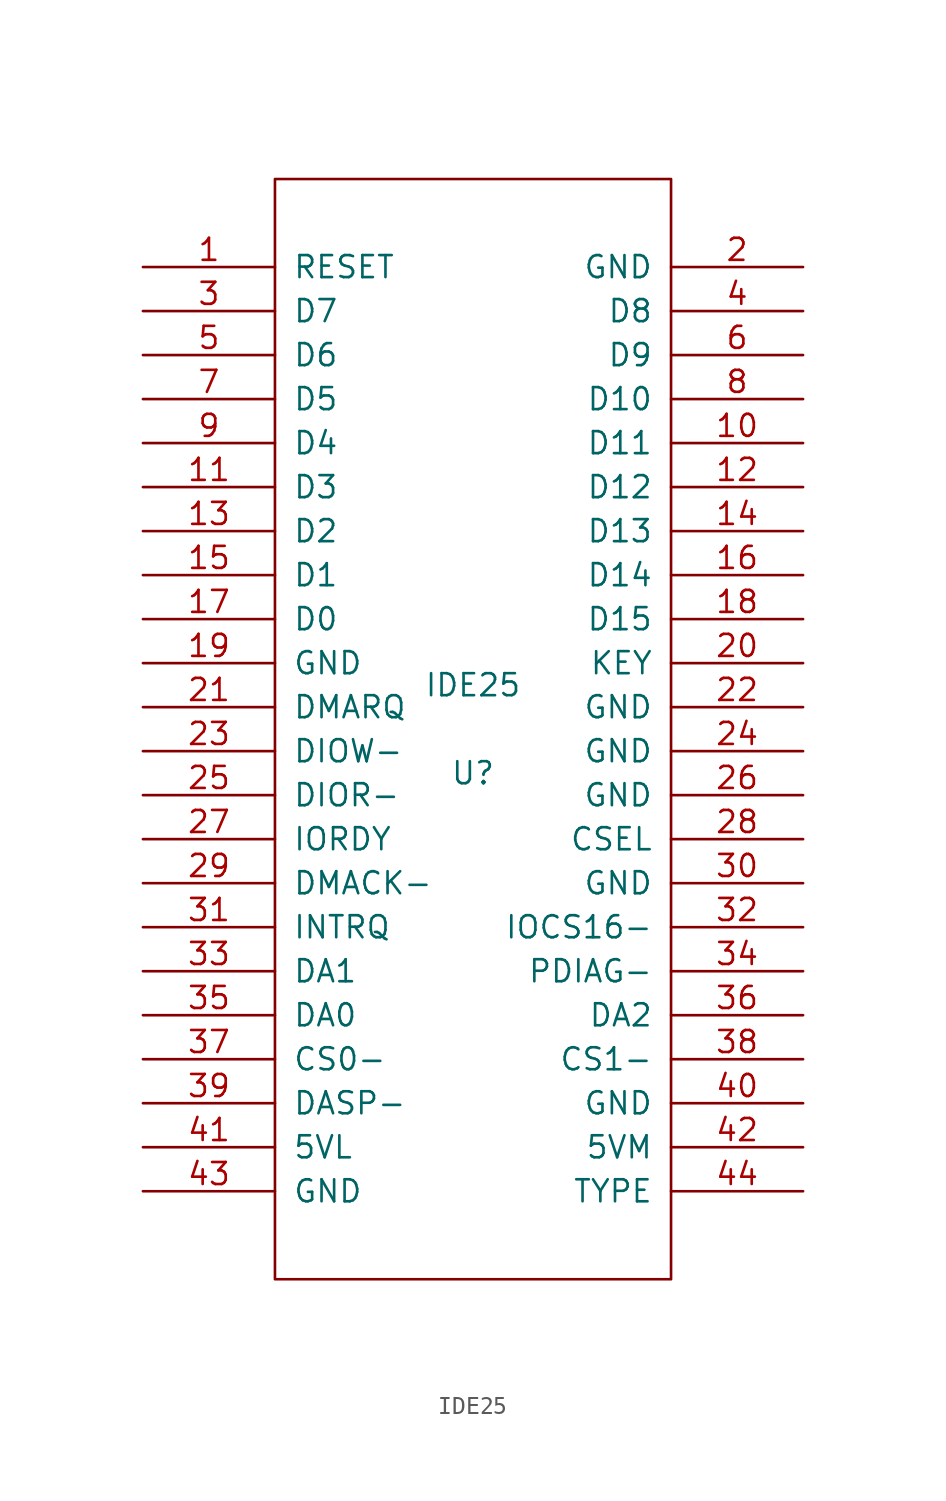
<source format=kicad_sym>
(kicad_symbol_lib
  (version 20220914)
  (generator kicad_symbol_editor)
  (symbol "IDE25"
    (pin_names
      (offset 1.016))
    (property "Reference" "U"
      (at 0 -2.54 0)
      (effects (font (size 1.27 1.27))))
    (property "Value" "IDE25"
      (at 0 2.54 0)
      (effects (font (size 1.27 1.27))))
    (symbol "IDE25_0_0"
      (rectangle (start -11.43 -31.75) (end 11.43 31.75) (stroke (width 0) (type solid)) (fill (type none))))
    (symbol "IDE25_1_1"
      (pin input line (at -19.05 26.67 0) (length 7.62) (name "RESET" (effects (font (size 1.27 1.27)))) (number "1" (effects (font (size 1.27 1.27)))))
      (pin input line (at 19.05 16.51 180) (length 7.62) (name "D11" (effects (font (size 1.27 1.27)))) (number "10" (effects (font (size 1.27 1.27)))))
      (pin input line (at -19.05 13.97 0) (length 7.62) (name "D3" (effects (font (size 1.27 1.27)))) (number "11" (effects (font (size 1.27 1.27)))))
      (pin input line (at 19.05 13.97 180) (length 7.62) (name "D12" (effects (font (size 1.27 1.27)))) (number "12" (effects (font (size 1.27 1.27)))))
      (pin input line (at -19.05 11.43 0) (length 7.62) (name "D2" (effects (font (size 1.27 1.27)))) (number "13" (effects (font (size 1.27 1.27)))))
      (pin input line (at 19.05 11.43 180) (length 7.62) (name "D13" (effects (font (size 1.27 1.27)))) (number "14" (effects (font (size 1.27 1.27)))))
      (pin input line (at -19.05 8.89 0) (length 7.62) (name "D1" (effects (font (size 1.27 1.27)))) (number "15" (effects (font (size 1.27 1.27)))))
      (pin input line (at 19.05 8.89 180) (length 7.62) (name "D14" (effects (font (size 1.27 1.27)))) (number "16" (effects (font (size 1.27 1.27)))))
      (pin input line (at -19.05 6.35 0) (length 7.62) (name "D0" (effects (font (size 1.27 1.27)))) (number "17" (effects (font (size 1.27 1.27)))))
      (pin input line (at 19.05 6.35 180) (length 7.62) (name "D15" (effects (font (size 1.27 1.27)))) (number "18" (effects (font (size 1.27 1.27)))))
      (pin input line (at -19.05 3.81 0) (length 7.62) (name "GND" (effects (font (size 1.27 1.27)))) (number "19" (effects (font (size 1.27 1.27)))))
      (pin input line (at 19.05 26.67 180) (length 7.62) (name "GND" (effects (font (size 1.27 1.27)))) (number "2" (effects (font (size 1.27 1.27)))))
      (pin input line (at 19.05 3.81 180) (length 7.62) (name "KEY" (effects (font (size 1.27 1.27)))) (number "20" (effects (font (size 1.27 1.27)))))
      (pin input line (at -19.05 1.27 0) (length 7.62) (name "DMARQ" (effects (font (size 1.27 1.27)))) (number "21" (effects (font (size 1.27 1.27)))))
      (pin input line (at 19.05 1.27 180) (length 7.62) (name "GND" (effects (font (size 1.27 1.27)))) (number "22" (effects (font (size 1.27 1.27)))))
      (pin input line (at -19.05 -1.27 0) (length 7.62) (name "DIOW-" (effects (font (size 1.27 1.27)))) (number "23" (effects (font (size 1.27 1.27)))))
      (pin input line (at 19.05 -1.27 180) (length 7.62) (name "GND" (effects (font (size 1.27 1.27)))) (number "24" (effects (font (size 1.27 1.27)))))
      (pin input line (at -19.05 -3.81 0) (length 7.62) (name "DIOR-" (effects (font (size 1.27 1.27)))) (number "25" (effects (font (size 1.27 1.27)))))
      (pin input line (at 19.05 -3.81 180) (length 7.62) (name "GND" (effects (font (size 1.27 1.27)))) (number "26" (effects (font (size 1.27 1.27)))))
      (pin input line (at -19.05 -6.35 0) (length 7.62) (name "IORDY" (effects (font (size 1.27 1.27)))) (number "27" (effects (font (size 1.27 1.27)))))
      (pin input line (at 19.05 -6.35 180) (length 7.62) (name "CSEL" (effects (font (size 1.27 1.27)))) (number "28" (effects (font (size 1.27 1.27)))))
      (pin input line (at -19.05 -8.89 0) (length 7.62) (name "DMACK-" (effects (font (size 1.27 1.27)))) (number "29" (effects (font (size 1.27 1.27)))))
      (pin input line (at -19.05 24.13 0) (length 7.62) (name "D7" (effects (font (size 1.27 1.27)))) (number "3" (effects (font (size 1.27 1.27)))))
      (pin input line (at 19.05 -8.89 180) (length 7.62) (name "GND" (effects (font (size 1.27 1.27)))) (number "30" (effects (font (size 1.27 1.27)))))
      (pin input line (at -19.05 -11.43 0) (length 7.62) (name "INTRQ" (effects (font (size 1.27 1.27)))) (number "31" (effects (font (size 1.27 1.27)))))
      (pin input line (at 19.05 -11.43 180) (length 7.62) (name "IOCS16-" (effects (font (size 1.27 1.27)))) (number "32" (effects (font (size 1.27 1.27)))))
      (pin input line (at -19.05 -13.97 0) (length 7.62) (name "DA1" (effects (font (size 1.27 1.27)))) (number "33" (effects (font (size 1.27 1.27)))))
      (pin input line (at 19.05 -13.97 180) (length 7.62) (name "PDIAG-" (effects (font (size 1.27 1.27)))) (number "34" (effects (font (size 1.27 1.27)))))
      (pin input line (at -19.05 -16.51 0) (length 7.62) (name "DA0" (effects (font (size 1.27 1.27)))) (number "35" (effects (font (size 1.27 1.27)))))
      (pin input line (at 19.05 -16.51 180) (length 7.62) (name "DA2" (effects (font (size 1.27 1.27)))) (number "36" (effects (font (size 1.27 1.27)))))
      (pin input line (at -19.05 -19.05 0) (length 7.62) (name "CS0-" (effects (font (size 1.27 1.27)))) (number "37" (effects (font (size 1.27 1.27)))))
      (pin input line (at 19.05 -19.05 180) (length 7.62) (name "CS1-" (effects (font (size 1.27 1.27)))) (number "38" (effects (font (size 1.27 1.27)))))
      (pin input line (at -19.05 -21.59 0) (length 7.62) (name "DASP-" (effects (font (size 1.27 1.27)))) (number "39" (effects (font (size 1.27 1.27)))))
      (pin input line (at 19.05 24.13 180) (length 7.62) (name "D8" (effects (font (size 1.27 1.27)))) (number "4" (effects (font (size 1.27 1.27)))))
      (pin input line (at 19.05 -21.59 180) (length 7.62) (name "GND" (effects (font (size 1.27 1.27)))) (number "40" (effects (font (size 1.27 1.27)))))
      (pin input line (at -19.05 -24.13 0) (length 7.62) (name "5VL" (effects (font (size 1.27 1.27)))) (number "41" (effects (font (size 1.27 1.27)))))
      (pin input line (at 19.05 -24.13 180) (length 7.62) (name "5VM" (effects (font (size 1.27 1.27)))) (number "42" (effects (font (size 1.27 1.27)))))
      (pin input line (at -19.05 -26.67 0) (length 7.62) (name "GND" (effects (font (size 1.27 1.27)))) (number "43" (effects (font (size 1.27 1.27)))))
      (pin input line (at 19.05 -26.67 180) (length 7.62) (name "TYPE" (effects (font (size 1.27 1.27)))) (number "44" (effects (font (size 1.27 1.27)))))
      (pin input line (at -19.05 21.59 0) (length 7.62) (name "D6" (effects (font (size 1.27 1.27)))) (number "5" (effects (font (size 1.27 1.27)))))
      (pin input line (at 19.05 21.59 180) (length 7.62) (name "D9" (effects (font (size 1.27 1.27)))) (number "6" (effects (font (size 1.27 1.27)))))
      (pin input line (at -19.05 19.05 0) (length 7.62) (name "D5" (effects (font (size 1.27 1.27)))) (number "7" (effects (font (size 1.27 1.27)))))
      (pin input line (at 19.05 19.05 180) (length 7.62) (name "D10" (effects (font (size 1.27 1.27)))) (number "8" (effects (font (size 1.27 1.27)))))
      (pin input line (at -19.05 16.51 0) (length 7.62) (name "D4" (effects (font (size 1.27 1.27)))) (number "9" (effects (font (size 1.27 1.27))))))))
</source>
